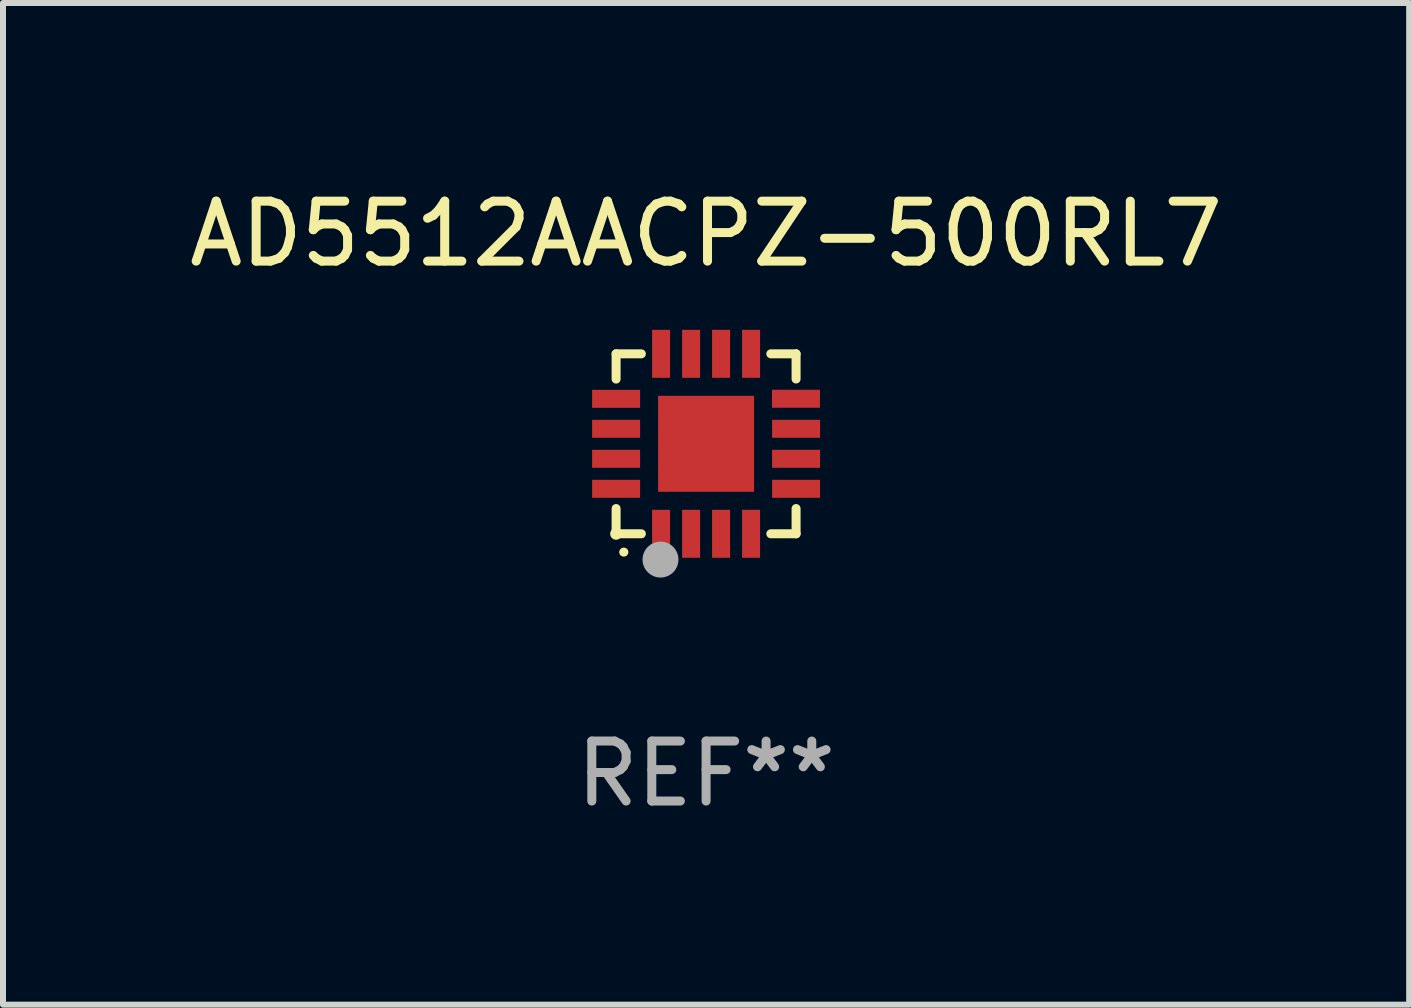
<source format=kicad_pcb>
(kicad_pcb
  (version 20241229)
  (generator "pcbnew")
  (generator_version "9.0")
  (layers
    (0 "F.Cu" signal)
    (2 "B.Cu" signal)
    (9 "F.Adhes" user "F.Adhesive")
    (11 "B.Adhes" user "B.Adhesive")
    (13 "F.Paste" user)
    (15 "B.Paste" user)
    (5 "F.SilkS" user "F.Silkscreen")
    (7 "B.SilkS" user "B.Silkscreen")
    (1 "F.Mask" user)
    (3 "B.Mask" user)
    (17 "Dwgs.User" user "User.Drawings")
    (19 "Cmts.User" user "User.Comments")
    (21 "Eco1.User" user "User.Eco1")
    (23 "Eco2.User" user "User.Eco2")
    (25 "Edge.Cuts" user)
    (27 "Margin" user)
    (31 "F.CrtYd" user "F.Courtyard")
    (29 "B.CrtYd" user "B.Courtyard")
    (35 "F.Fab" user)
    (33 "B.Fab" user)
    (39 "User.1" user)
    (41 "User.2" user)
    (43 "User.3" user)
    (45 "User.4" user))
  (footprint "AD5512AACPZ-500RL7"
    (layer "F.Cu")
    (at 8.72 4.348)
    (property "Reference" "AD5512AACPZ-500RL7" (at 0 -3.5 0) (layer "F.SilkS") (effects (font (size 1 1) (thickness 0.15))))
    (attr through_hole)
    (fp_line (start -1.5 -1.5) (end -1.079 -1.5) (stroke (width 0.15) (type solid)) (layer "F.SilkS"))
    (fp_line (start -1.5 -1.079) (end -1.5 -1.5) (stroke (width 0.15) (type solid)) (layer "F.SilkS"))
    (fp_line (start -1.5 1.5) (end -1.5 1.079) (stroke (width 0.15) (type solid)) (layer "F.SilkS"))
    (fp_line (start -1.5 1.5) (end -1.079 1.5) (stroke (width 0.15) (type solid)) (layer "F.SilkS"))
    (fp_line (start 1.079 -1.5) (end 1.5 -1.5) (stroke (width 0.15) (type solid)) (layer "F.SilkS"))
    (fp_line (start 1.079 1.5) (end 1.5 1.5) (stroke (width 0.15) (type solid)) (layer "F.SilkS"))
    (fp_line (start 1.5 -1.08) (end 1.5 -1.5) (stroke (width 0.15) (type solid)) (layer "F.SilkS"))
    (fp_line (start 1.5 1.5) (end 1.5 1.079) (stroke (width 0.15) (type solid)) (layer "F.SilkS"))
    (fp_arc (start -1.372885 1.805398) (mid -1.371615 1.805392) (end -1.370345 1.805398) (stroke (width 0.150114) (type solid)) (layer "F.SilkS"))
    (fp_circle (center -1.5 1.5) (end -1.45 1.5) (stroke (width 0.1) (type solid)) (fill no) (layer "F.SilkS"))
    (fp_circle (center -0.76 1.93) (end -0.61 1.93) (stroke (width 0.3) (type solid)) (fill no) (layer "F.Fab"))
    (fp_text user "REF**" (at 0 5.5 0) (layer "F.Fab") (effects (font (size 1 1) (thickness 0.15))))
    (pad "1" smd rect (at -0.75 1.5) (size 0.3 0.8) (layers "F.Cu" "F.Mask" "F.Paste"))
    (pad "2" smd rect (at -0.25 1.5) (size 0.3 0.8) (layers "F.Cu" "F.Mask" "F.Paste"))
    (pad "3" smd rect (at 0.25 1.5) (size 0.3 0.8) (layers "F.Cu" "F.Mask" "F.Paste"))
    (pad "4" smd rect (at 0.75 1.5) (size 0.3 0.8) (layers "F.Cu" "F.Mask" "F.Paste"))
    (pad "5" smd rect (at 1.5 0.75) (size 0.8 0.3) (layers "F.Cu" "F.Mask" "F.Paste"))
    (pad "6" smd rect (at 1.5 0.25) (size 0.8 0.3) (layers "F.Cu" "F.Mask" "F.Paste"))
    (pad "7" smd rect (at 1.5 -0.25) (size 0.8 0.3) (layers "F.Cu" "F.Mask" "F.Paste"))
    (pad "8" smd rect (at 1.498 -0.751) (size 0.8 0.3) (layers "F.Cu" "F.Mask" "F.Paste"))
    (pad "9" smd rect (at 0.75 -1.5) (size 0.3 0.8) (layers "F.Cu" "F.Mask" "F.Paste"))
    (pad "10" smd rect (at 0.25 -1.5) (size 0.3 0.8) (layers "F.Cu" "F.Mask" "F.Paste"))
    (pad "11" smd rect (at -0.25 -1.5) (size 0.3 0.8) (layers "F.Cu" "F.Mask" "F.Paste"))
    (pad "12" smd rect (at -0.75 -1.5) (size 0.3 0.8) (layers "F.Cu" "F.Mask" "F.Paste"))
    (pad "13" smd rect (at -1.5 -0.75) (size 0.8 0.3) (layers "F.Cu" "F.Mask" "F.Paste"))
    (pad "14" smd rect (at -1.5 -0.25) (size 0.8 0.3) (layers "F.Cu" "F.Mask" "F.Paste"))
    (pad "15" smd rect (at -1.5 0.25) (size 0.8 0.3) (layers "F.Cu" "F.Mask" "F.Paste"))
    (pad "16" smd rect (at -1.5 0.75) (size 0.8 0.3) (layers "F.Cu" "F.Mask" "F.Paste"))
    (pad "17" smd rect (at -0.000114 0.00014) (size 1.6 1.6) (layers "F.Cu" "F.Mask" "F.Paste")))
  (gr_rect
    (start -3 -3)
    (end 20.44 13.697)
    (stroke (width 0.1) (type default))
    (fill no)
    (layer "Edge.Cuts")))
</source>
